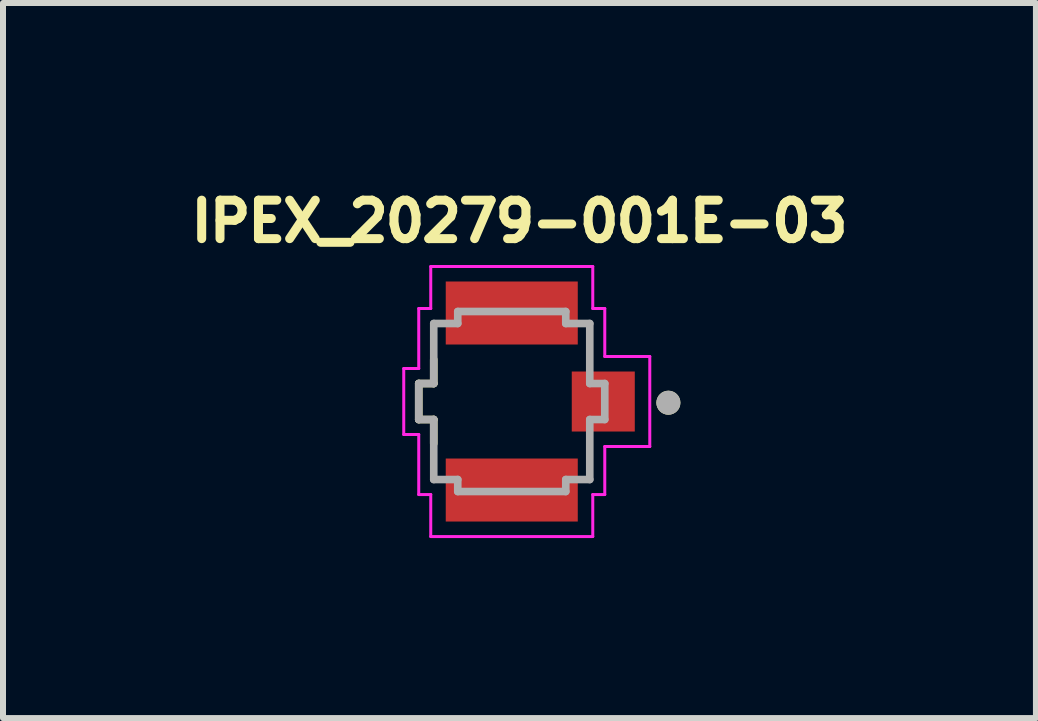
<source format=kicad_pcb>
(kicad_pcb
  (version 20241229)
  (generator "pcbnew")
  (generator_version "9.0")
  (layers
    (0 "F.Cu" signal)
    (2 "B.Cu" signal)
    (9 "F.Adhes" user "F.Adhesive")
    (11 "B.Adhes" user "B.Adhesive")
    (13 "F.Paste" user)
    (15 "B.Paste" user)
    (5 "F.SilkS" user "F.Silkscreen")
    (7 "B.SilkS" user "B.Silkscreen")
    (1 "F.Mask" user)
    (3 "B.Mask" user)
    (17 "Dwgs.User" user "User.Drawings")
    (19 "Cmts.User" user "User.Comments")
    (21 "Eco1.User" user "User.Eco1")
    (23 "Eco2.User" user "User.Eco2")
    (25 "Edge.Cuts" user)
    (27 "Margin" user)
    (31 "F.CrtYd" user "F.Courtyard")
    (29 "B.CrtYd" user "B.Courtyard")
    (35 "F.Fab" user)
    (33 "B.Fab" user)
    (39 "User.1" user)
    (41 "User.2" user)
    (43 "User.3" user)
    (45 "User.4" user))
  (footprint "IPEX_20279-001E-03"
    (layer "F.Cu")
    (at 5.478 3.641)
    (property "Reference" "IPEX_20279-001E-03" (at 0.129 -3.003 0) (layer "F.SilkS") (effects (font (size 0.641 0.641) (thickness 0.15))))
    (attr smd)
    (fp_line (start -1.55 -0.3) (end -1.55 0.3) (stroke (width 0.127) (type solid)) (layer "F.SilkS"))
    (fp_line (start -1.55 0.3) (end -1.3 0.3) (stroke (width 0.127) (type solid)) (layer "F.SilkS"))
    (fp_line (start -1.3 -0.7) (end -1.3 -0.3) (stroke (width 0.127) (type solid)) (layer "F.SilkS"))
    (fp_line (start -1.3 -0.3) (end -1.55 -0.3) (stroke (width 0.127) (type solid)) (layer "F.SilkS"))
    (fp_line (start -1.3 0.3) (end -1.3 0.7) (stroke (width 0.127) (type solid)) (layer "F.SilkS"))
    (fp_circle (center 2.61 0.02) (end 2.71 0.02) (stroke (width 0.2) (type solid)) (fill no) (layer "F.SilkS"))
    (fp_line (start -1.8 -0.55) (end -1.8 0.55) (stroke (width 0.05) (type solid)) (layer "F.CrtYd"))
    (fp_line (start -1.8 0.55) (end -1.55 0.55) (stroke (width 0.05) (type solid)) (layer "F.CrtYd"))
    (fp_line (start -1.55 -1.55) (end -1.55 -0.55) (stroke (width 0.05) (type solid)) (layer "F.CrtYd"))
    (fp_line (start -1.55 -0.55) (end -1.8 -0.55) (stroke (width 0.05) (type solid)) (layer "F.CrtYd"))
    (fp_line (start -1.55 1.55) (end -1.55 0.55) (stroke (width 0.05) (type solid)) (layer "F.CrtYd"))
    (fp_line (start -1.35 -1.55) (end -1.55 -1.55) (stroke (width 0.05) (type solid)) (layer "F.CrtYd"))
    (fp_line (start -1.35 -1.55) (end -1.35 -2.25) (stroke (width 0.05) (type solid)) (layer "F.CrtYd"))
    (fp_line (start -1.35 1.55) (end -1.55 1.55) (stroke (width 0.05) (type solid)) (layer "F.CrtYd"))
    (fp_line (start -1.35 2.25) (end -1.35 1.55) (stroke (width 0.05) (type solid)) (layer "F.CrtYd"))
    (fp_line (start 1.35 -2.25) (end -1.35 -2.25) (stroke (width 0.05) (type solid)) (layer "F.CrtYd"))
    (fp_line (start 1.35 -2.25) (end 1.35 -1.55) (stroke (width 0.05) (type solid)) (layer "F.CrtYd"))
    (fp_line (start 1.35 -1.55) (end 1.55 -1.55) (stroke (width 0.05) (type solid)) (layer "F.CrtYd"))
    (fp_line (start 1.35 1.55) (end 1.35 2.25) (stroke (width 0.05) (type solid)) (layer "F.CrtYd"))
    (fp_line (start 1.35 1.55) (end 1.55 1.55) (stroke (width 0.05) (type solid)) (layer "F.CrtYd"))
    (fp_line (start 1.35 2.25) (end -1.35 2.25) (stroke (width 0.05) (type solid)) (layer "F.CrtYd"))
    (fp_line (start 1.55 -1.55) (end 1.55 -0.75) (stroke (width 0.05) (type solid)) (layer "F.CrtYd"))
    (fp_line (start 1.55 0.75) (end 2.3 0.75) (stroke (width 0.05) (type solid)) (layer "F.CrtYd"))
    (fp_line (start 1.55 1.55) (end 1.55 0.75) (stroke (width 0.05) (type solid)) (layer "F.CrtYd"))
    (fp_line (start 2.3 -0.75) (end 1.55 -0.75) (stroke (width 0.05) (type solid)) (layer "F.CrtYd"))
    (fp_line (start 2.3 0.75) (end 2.3 -0.75) (stroke (width 0.05) (type solid)) (layer "F.CrtYd"))
    (fp_line (start -1.55 -0.3) (end -1.55 0.3) (stroke (width 0.127) (type solid)) (layer "F.Fab"))
    (fp_line (start -1.55 0.3) (end -1.3 0.3) (stroke (width 0.127) (type solid)) (layer "F.Fab"))
    (fp_line (start -1.3 -1.3) (end -1.3 -0.3) (stroke (width 0.127) (type solid)) (layer "F.Fab"))
    (fp_line (start -1.3 -0.3) (end -1.55 -0.3) (stroke (width 0.127) (type solid)) (layer "F.Fab"))
    (fp_line (start -1.3 0.3) (end -1.3 1.3) (stroke (width 0.127) (type solid)) (layer "F.Fab"))
    (fp_line (start -1.3 1.3) (end -0.9 1.3) (stroke (width 0.127) (type solid)) (layer "F.Fab"))
    (fp_line (start -0.9 -1.5) (end -0.9 -1.3) (stroke (width 0.127) (type solid)) (layer "F.Fab"))
    (fp_line (start -0.9 -1.3) (end -1.3 -1.3) (stroke (width 0.127) (type solid)) (layer "F.Fab"))
    (fp_line (start -0.9 1.3) (end -0.9 1.5) (stroke (width 0.127) (type solid)) (layer "F.Fab"))
    (fp_line (start -0.9 1.5) (end 0.9 1.5) (stroke (width 0.127) (type solid)) (layer "F.Fab"))
    (fp_line (start 0.9 -1.5) (end -0.9 -1.5) (stroke (width 0.127) (type solid)) (layer "F.Fab"))
    (fp_line (start 0.9 -1.3) (end 0.9 -1.5) (stroke (width 0.127) (type solid)) (layer "F.Fab"))
    (fp_line (start 0.9 1.3) (end 1.3 1.3) (stroke (width 0.127) (type solid)) (layer "F.Fab"))
    (fp_line (start 0.9 1.5) (end 0.9 1.3) (stroke (width 0.127) (type solid)) (layer "F.Fab"))
    (fp_line (start 1.3 -1.3) (end 0.9 -1.3) (stroke (width 0.127) (type solid)) (layer "F.Fab"))
    (fp_line (start 1.3 -0.3) (end 1.3 -1.3) (stroke (width 0.127) (type solid)) (layer "F.Fab"))
    (fp_line (start 1.3 0.3) (end 1.55 0.3) (stroke (width 0.127) (type solid)) (layer "F.Fab"))
    (fp_line (start 1.3 1.3) (end 1.3 0.3) (stroke (width 0.127) (type solid)) (layer "F.Fab"))
    (fp_line (start 1.55 -0.3) (end 1.3 -0.3) (stroke (width 0.127) (type solid)) (layer "F.Fab"))
    (fp_line (start 1.55 0.3) (end 1.55 -0.3) (stroke (width 0.127) (type solid)) (layer "F.Fab"))
    (fp_circle (center 2.61 0.02) (end 2.71 0.02) (stroke (width 0.2) (type solid)) (fill no) (layer "F.Fab"))
    (pad "1" smd rect (at 1.525 0) (size 1.05 1) (layers "F.Cu" "F.Mask" "F.Paste"))
    (pad "2" smd rect (at 0 -1.475) (size 2.2 1.05) (layers "F.Cu" "F.Mask" "F.Paste"))
    (pad "3" smd rect (at 0 1.475) (size 2.2 1.05) (layers "F.Cu" "F.Mask" "F.Paste"))
    (zone (net_name "") (layer "F.Cu") (hatch full 0.508) (connect_pads) (min_thickness 0.01) (filled_areas_thickness no) (keepout (tracks not_allowed) (vias not_allowed) (pads not_allowed) (copperpour not_allowed) (footprints allowed)) (placement (enabled no)) (fill) (polygon (pts (xy 4.378 2.691) (xy 6.478 2.691) (xy 6.478 4.591) (xy 4.378 4.591))))
    (zone (net_name "") (layers "F.Cu" "B.Cu") (hatch full 0.508) (connect_pads) (min_thickness 0.01) (filled_areas_thickness no) (keepout (tracks allowed) (vias not_allowed) (pads allowed) (copperpour allowed) (footprints allowed)) (placement (enabled no)) (fill) (polygon (pts (xy 4.378 2.691) (xy 6.478 2.691) (xy 6.478 4.591) (xy 4.378 4.591)))))
  (gr_rect
    (start -3 -3)
    (end 14.213 8.916)
    (stroke (width 0.1) (type default))
    (fill no)
    (layer "Edge.Cuts")))
</source>
